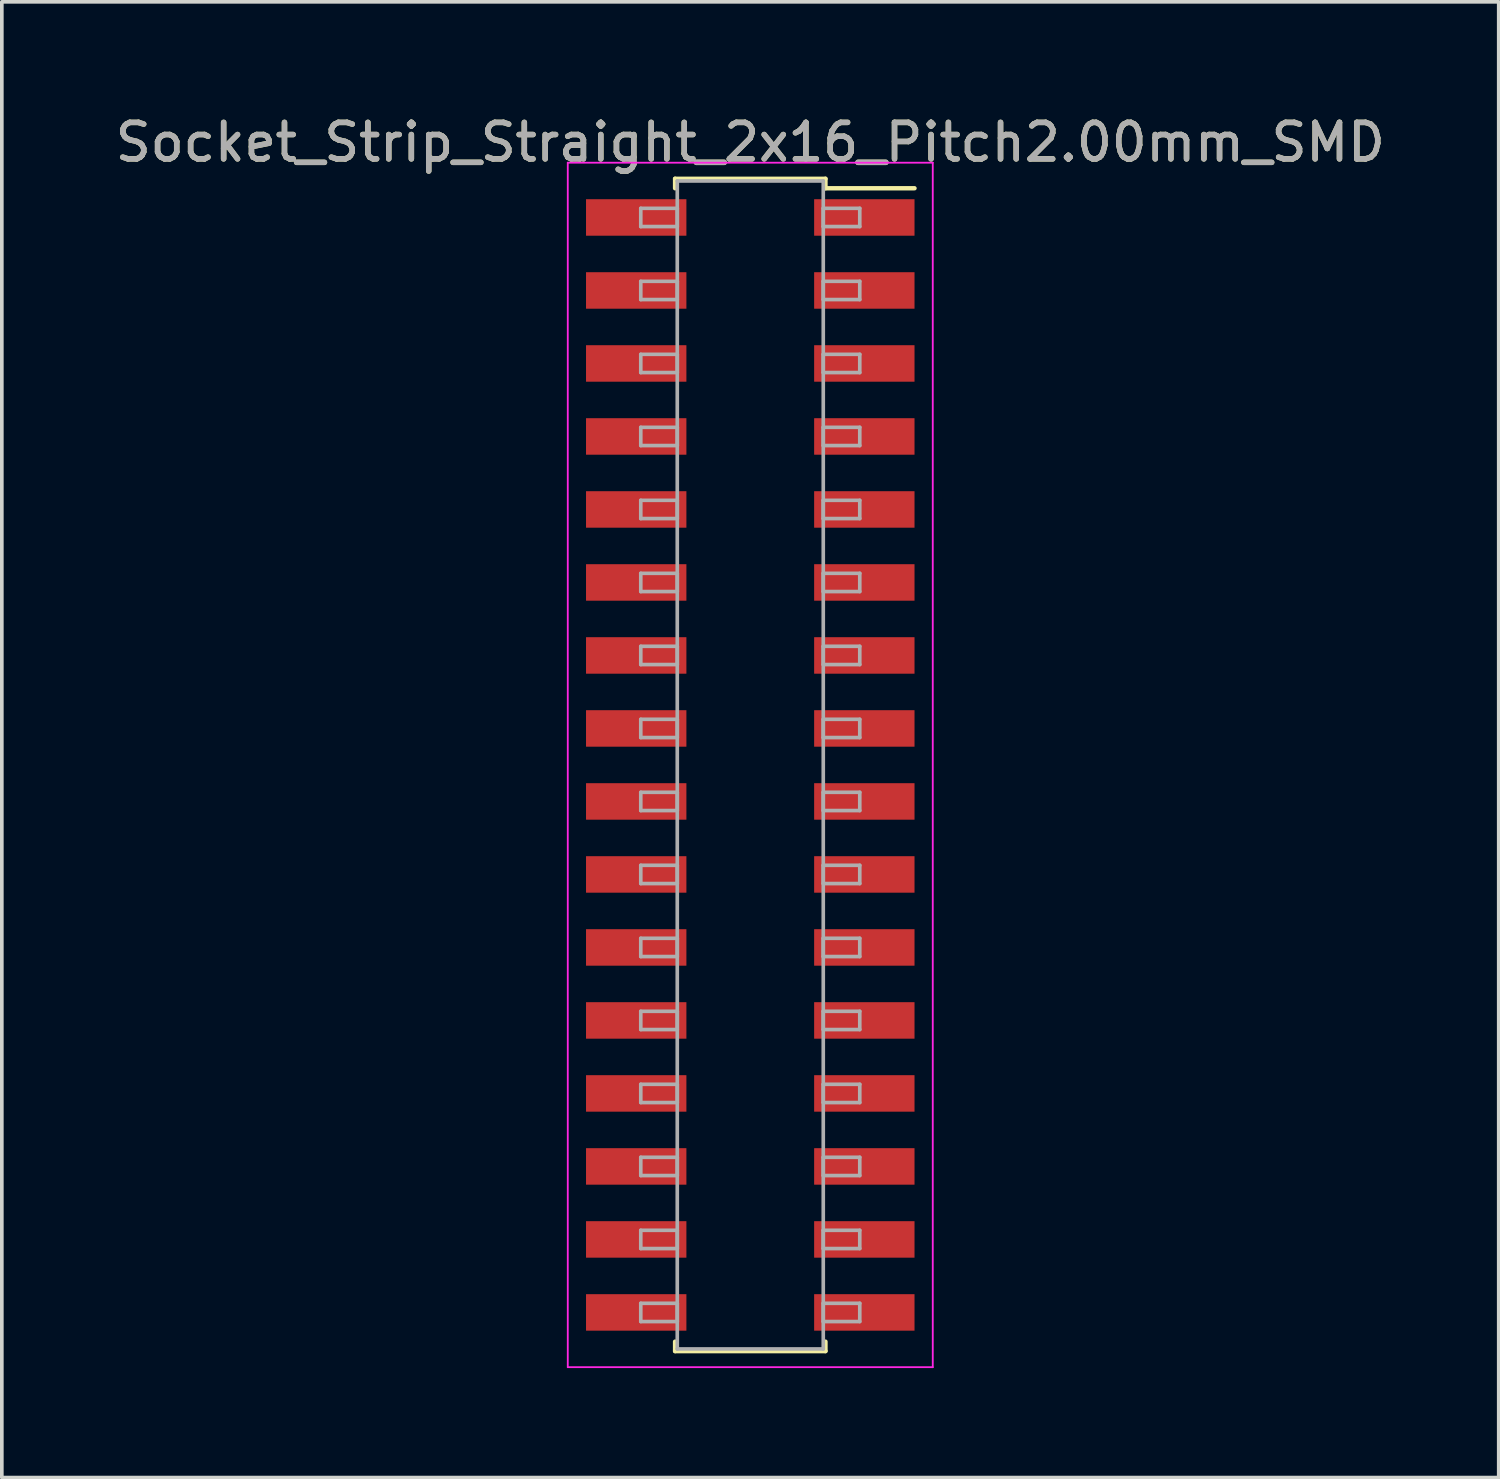
<source format=kicad_pcb>
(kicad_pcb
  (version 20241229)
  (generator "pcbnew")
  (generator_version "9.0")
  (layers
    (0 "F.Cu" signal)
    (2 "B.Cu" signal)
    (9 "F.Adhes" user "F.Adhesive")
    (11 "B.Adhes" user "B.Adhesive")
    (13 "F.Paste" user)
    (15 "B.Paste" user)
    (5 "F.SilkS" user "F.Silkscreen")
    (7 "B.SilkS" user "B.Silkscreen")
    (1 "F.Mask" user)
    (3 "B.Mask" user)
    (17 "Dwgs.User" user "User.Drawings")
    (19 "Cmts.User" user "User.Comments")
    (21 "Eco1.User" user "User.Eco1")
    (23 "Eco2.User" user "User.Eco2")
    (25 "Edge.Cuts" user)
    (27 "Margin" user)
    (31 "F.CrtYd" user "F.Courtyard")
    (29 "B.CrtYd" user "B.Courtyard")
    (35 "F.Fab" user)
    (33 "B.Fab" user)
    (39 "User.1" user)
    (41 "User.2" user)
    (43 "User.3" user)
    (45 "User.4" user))
  (footprint "Socket_Strip_Straight_2x16_Pitch2.00mm_SMD"
    (layer "F.Cu")
    (at 17.506 17.908)
    (property "Reference" "Socket_Strip_Straight_2x16_Pitch2.00mm_SMD" (at 0 -17.06 0) (layer "F.SilkS") (effects (font (size 1 1) (thickness 0.15))))
    (attr smd)
    (fp_line (start -2.06 -16.06) (end 2.06 -16.06) (stroke (width 0.12) (type solid)) (layer "F.SilkS"))
    (fp_line (start -2.06 -15.8) (end -2.06 -16.06) (stroke (width 0.12) (type solid)) (layer "F.SilkS"))
    (fp_line (start -2.06 15.8) (end -2.06 16.06) (stroke (width 0.12) (type solid)) (layer "F.SilkS"))
    (fp_line (start -2.06 16.06) (end 2.06 16.06) (stroke (width 0.12) (type solid)) (layer "F.SilkS"))
    (fp_line (start 2.06 -16.06) (end 2.06 -15.8) (stroke (width 0.12) (type solid)) (layer "F.SilkS"))
    (fp_line (start 2.06 16.06) (end 2.06 15.8) (stroke (width 0.12) (type solid)) (layer "F.SilkS"))
    (fp_line (start 4.5 -15.8) (end 2.06 -15.8) (stroke (width 0.12) (type solid)) (layer "F.SilkS"))
    (fp_line (start -5 -16.5) (end -5 16.5) (stroke (width 0.05) (type solid)) (layer "F.CrtYd"))
    (fp_line (start -5 16.5) (end 5 16.5) (stroke (width 0.05) (type solid)) (layer "F.CrtYd"))
    (fp_line (start 5 -16.5) (end -5 -16.5) (stroke (width 0.05) (type solid)) (layer "F.CrtYd"))
    (fp_line (start 5 16.5) (end 5 -16.5) (stroke (width 0.05) (type solid)) (layer "F.CrtYd"))
    (fp_line (start -3 -15.25) (end -2 -15.25) (stroke (width 0.1) (type solid)) (layer "F.Fab"))
    (fp_line (start -3 -14.75) (end -3 -15.25) (stroke (width 0.1) (type solid)) (layer "F.Fab"))
    (fp_line (start -3 -13.25) (end -2 -13.25) (stroke (width 0.1) (type solid)) (layer "F.Fab"))
    (fp_line (start -3 -12.75) (end -3 -13.25) (stroke (width 0.1) (type solid)) (layer "F.Fab"))
    (fp_line (start -3 -11.25) (end -2 -11.25) (stroke (width 0.1) (type solid)) (layer "F.Fab"))
    (fp_line (start -3 -10.75) (end -3 -11.25) (stroke (width 0.1) (type solid)) (layer "F.Fab"))
    (fp_line (start -3 -9.25) (end -2 -9.25) (stroke (width 0.1) (type solid)) (layer "F.Fab"))
    (fp_line (start -3 -8.75) (end -3 -9.25) (stroke (width 0.1) (type solid)) (layer "F.Fab"))
    (fp_line (start -3 -7.25) (end -2 -7.25) (stroke (width 0.1) (type solid)) (layer "F.Fab"))
    (fp_line (start -3 -6.75) (end -3 -7.25) (stroke (width 0.1) (type solid)) (layer "F.Fab"))
    (fp_line (start -3 -5.25) (end -2 -5.25) (stroke (width 0.1) (type solid)) (layer "F.Fab"))
    (fp_line (start -3 -4.75) (end -3 -5.25) (stroke (width 0.1) (type solid)) (layer "F.Fab"))
    (fp_line (start -3 -3.25) (end -2 -3.25) (stroke (width 0.1) (type solid)) (layer "F.Fab"))
    (fp_line (start -3 -2.75) (end -3 -3.25) (stroke (width 0.1) (type solid)) (layer "F.Fab"))
    (fp_line (start -3 -1.25) (end -2 -1.25) (stroke (width 0.1) (type solid)) (layer "F.Fab"))
    (fp_line (start -3 -0.75) (end -3 -1.25) (stroke (width 0.1) (type solid)) (layer "F.Fab"))
    (fp_line (start -3 0.75) (end -2 0.75) (stroke (width 0.1) (type solid)) (layer "F.Fab"))
    (fp_line (start -3 1.25) (end -3 0.75) (stroke (width 0.1) (type solid)) (layer "F.Fab"))
    (fp_line (start -3 2.75) (end -2 2.75) (stroke (width 0.1) (type solid)) (layer "F.Fab"))
    (fp_line (start -3 3.25) (end -3 2.75) (stroke (width 0.1) (type solid)) (layer "F.Fab"))
    (fp_line (start -3 4.75) (end -2 4.75) (stroke (width 0.1) (type solid)) (layer "F.Fab"))
    (fp_line (start -3 5.25) (end -3 4.75) (stroke (width 0.1) (type solid)) (layer "F.Fab"))
    (fp_line (start -3 6.75) (end -2 6.75) (stroke (width 0.1) (type solid)) (layer "F.Fab"))
    (fp_line (start -3 7.25) (end -3 6.75) (stroke (width 0.1) (type solid)) (layer "F.Fab"))
    (fp_line (start -3 8.75) (end -2 8.75) (stroke (width 0.1) (type solid)) (layer "F.Fab"))
    (fp_line (start -3 9.25) (end -3 8.75) (stroke (width 0.1) (type solid)) (layer "F.Fab"))
    (fp_line (start -3 10.75) (end -2 10.75) (stroke (width 0.1) (type solid)) (layer "F.Fab"))
    (fp_line (start -3 11.25) (end -3 10.75) (stroke (width 0.1) (type solid)) (layer "F.Fab"))
    (fp_line (start -3 12.75) (end -2 12.75) (stroke (width 0.1) (type solid)) (layer "F.Fab"))
    (fp_line (start -3 13.25) (end -3 12.75) (stroke (width 0.1) (type solid)) (layer "F.Fab"))
    (fp_line (start -3 14.75) (end -2 14.75) (stroke (width 0.1) (type solid)) (layer "F.Fab"))
    (fp_line (start -3 15.25) (end -3 14.75) (stroke (width 0.1) (type solid)) (layer "F.Fab"))
    (fp_line (start -2 -16) (end -2 16) (stroke (width 0.1) (type solid)) (layer "F.Fab"))
    (fp_line (start -2 -15.25) (end -2 -14.75) (stroke (width 0.1) (type solid)) (layer "F.Fab"))
    (fp_line (start -2 -14.75) (end -3 -14.75) (stroke (width 0.1) (type solid)) (layer "F.Fab"))
    (fp_line (start -2 -13.25) (end -2 -12.75) (stroke (width 0.1) (type solid)) (layer "F.Fab"))
    (fp_line (start -2 -12.75) (end -3 -12.75) (stroke (width 0.1) (type solid)) (layer "F.Fab"))
    (fp_line (start -2 -11.25) (end -2 -10.75) (stroke (width 0.1) (type solid)) (layer "F.Fab"))
    (fp_line (start -2 -10.75) (end -3 -10.75) (stroke (width 0.1) (type solid)) (layer "F.Fab"))
    (fp_line (start -2 -9.25) (end -2 -8.75) (stroke (width 0.1) (type solid)) (layer "F.Fab"))
    (fp_line (start -2 -8.75) (end -3 -8.75) (stroke (width 0.1) (type solid)) (layer "F.Fab"))
    (fp_line (start -2 -7.25) (end -2 -6.75) (stroke (width 0.1) (type solid)) (layer "F.Fab"))
    (fp_line (start -2 -6.75) (end -3 -6.75) (stroke (width 0.1) (type solid)) (layer "F.Fab"))
    (fp_line (start -2 -5.25) (end -2 -4.75) (stroke (width 0.1) (type solid)) (layer "F.Fab"))
    (fp_line (start -2 -4.75) (end -3 -4.75) (stroke (width 0.1) (type solid)) (layer "F.Fab"))
    (fp_line (start -2 -3.25) (end -2 -2.75) (stroke (width 0.1) (type solid)) (layer "F.Fab"))
    (fp_line (start -2 -2.75) (end -3 -2.75) (stroke (width 0.1) (type solid)) (layer "F.Fab"))
    (fp_line (start -2 -1.25) (end -2 -0.75) (stroke (width 0.1) (type solid)) (layer "F.Fab"))
    (fp_line (start -2 -0.75) (end -3 -0.75) (stroke (width 0.1) (type solid)) (layer "F.Fab"))
    (fp_line (start -2 0.75) (end -2 1.25) (stroke (width 0.1) (type solid)) (layer "F.Fab"))
    (fp_line (start -2 1.25) (end -3 1.25) (stroke (width 0.1) (type solid)) (layer "F.Fab"))
    (fp_line (start -2 2.75) (end -2 3.25) (stroke (width 0.1) (type solid)) (layer "F.Fab"))
    (fp_line (start -2 3.25) (end -3 3.25) (stroke (width 0.1) (type solid)) (layer "F.Fab"))
    (fp_line (start -2 4.75) (end -2 5.25) (stroke (width 0.1) (type solid)) (layer "F.Fab"))
    (fp_line (start -2 5.25) (end -3 5.25) (stroke (width 0.1) (type solid)) (layer "F.Fab"))
    (fp_line (start -2 6.75) (end -2 7.25) (stroke (width 0.1) (type solid)) (layer "F.Fab"))
    (fp_line (start -2 7.25) (end -3 7.25) (stroke (width 0.1) (type solid)) (layer "F.Fab"))
    (fp_line (start -2 8.75) (end -2 9.25) (stroke (width 0.1) (type solid)) (layer "F.Fab"))
    (fp_line (start -2 9.25) (end -3 9.25) (stroke (width 0.1) (type solid)) (layer "F.Fab"))
    (fp_line (start -2 10.75) (end -2 11.25) (stroke (width 0.1) (type solid)) (layer "F.Fab"))
    (fp_line (start -2 11.25) (end -3 11.25) (stroke (width 0.1) (type solid)) (layer "F.Fab"))
    (fp_line (start -2 12.75) (end -2 13.25) (stroke (width 0.1) (type solid)) (layer "F.Fab"))
    (fp_line (start -2 13.25) (end -3 13.25) (stroke (width 0.1) (type solid)) (layer "F.Fab"))
    (fp_line (start -2 14.75) (end -2 15.25) (stroke (width 0.1) (type solid)) (layer "F.Fab"))
    (fp_line (start -2 15.25) (end -3 15.25) (stroke (width 0.1) (type solid)) (layer "F.Fab"))
    (fp_line (start -2 16) (end 2 16) (stroke (width 0.1) (type solid)) (layer "F.Fab"))
    (fp_line (start 2 -16) (end -2 -16) (stroke (width 0.1) (type solid)) (layer "F.Fab"))
    (fp_line (start 2 -15.25) (end 2 -14.75) (stroke (width 0.1) (type solid)) (layer "F.Fab"))
    (fp_line (start 2 -14.75) (end 3 -14.75) (stroke (width 0.1) (type solid)) (layer "F.Fab"))
    (fp_line (start 2 -13.25) (end 2 -12.75) (stroke (width 0.1) (type solid)) (layer "F.Fab"))
    (fp_line (start 2 -12.75) (end 3 -12.75) (stroke (width 0.1) (type solid)) (layer "F.Fab"))
    (fp_line (start 2 -11.25) (end 2 -10.75) (stroke (width 0.1) (type solid)) (layer "F.Fab"))
    (fp_line (start 2 -10.75) (end 3 -10.75) (stroke (width 0.1) (type solid)) (layer "F.Fab"))
    (fp_line (start 2 -9.25) (end 2 -8.75) (stroke (width 0.1) (type solid)) (layer "F.Fab"))
    (fp_line (start 2 -8.75) (end 3 -8.75) (stroke (width 0.1) (type solid)) (layer "F.Fab"))
    (fp_line (start 2 -7.25) (end 2 -6.75) (stroke (width 0.1) (type solid)) (layer "F.Fab"))
    (fp_line (start 2 -6.75) (end 3 -6.75) (stroke (width 0.1) (type solid)) (layer "F.Fab"))
    (fp_line (start 2 -5.25) (end 2 -4.75) (stroke (width 0.1) (type solid)) (layer "F.Fab"))
    (fp_line (start 2 -4.75) (end 3 -4.75) (stroke (width 0.1) (type solid)) (layer "F.Fab"))
    (fp_line (start 2 -3.25) (end 2 -2.75) (stroke (width 0.1) (type solid)) (layer "F.Fab"))
    (fp_line (start 2 -2.75) (end 3 -2.75) (stroke (width 0.1) (type solid)) (layer "F.Fab"))
    (fp_line (start 2 -1.25) (end 2 -0.75) (stroke (width 0.1) (type solid)) (layer "F.Fab"))
    (fp_line (start 2 -0.75) (end 3 -0.75) (stroke (width 0.1) (type solid)) (layer "F.Fab"))
    (fp_line (start 2 0.75) (end 2 1.25) (stroke (width 0.1) (type solid)) (layer "F.Fab"))
    (fp_line (start 2 1.25) (end 3 1.25) (stroke (width 0.1) (type solid)) (layer "F.Fab"))
    (fp_line (start 2 2.75) (end 2 3.25) (stroke (width 0.1) (type solid)) (layer "F.Fab"))
    (fp_line (start 2 3.25) (end 3 3.25) (stroke (width 0.1) (type solid)) (layer "F.Fab"))
    (fp_line (start 2 4.75) (end 2 5.25) (stroke (width 0.1) (type solid)) (layer "F.Fab"))
    (fp_line (start 2 5.25) (end 3 5.25) (stroke (width 0.1) (type solid)) (layer "F.Fab"))
    (fp_line (start 2 6.75) (end 2 7.25) (stroke (width 0.1) (type solid)) (layer "F.Fab"))
    (fp_line (start 2 7.25) (end 3 7.25) (stroke (width 0.1) (type solid)) (layer "F.Fab"))
    (fp_line (start 2 8.75) (end 2 9.25) (stroke (width 0.1) (type solid)) (layer "F.Fab"))
    (fp_line (start 2 9.25) (end 3 9.25) (stroke (width 0.1) (type solid)) (layer "F.Fab"))
    (fp_line (start 2 10.75) (end 2 11.25) (stroke (width 0.1) (type solid)) (layer "F.Fab"))
    (fp_line (start 2 11.25) (end 3 11.25) (stroke (width 0.1) (type solid)) (layer "F.Fab"))
    (fp_line (start 2 12.75) (end 2 13.25) (stroke (width 0.1) (type solid)) (layer "F.Fab"))
    (fp_line (start 2 13.25) (end 3 13.25) (stroke (width 0.1) (type solid)) (layer "F.Fab"))
    (fp_line (start 2 14.75) (end 2 15.25) (stroke (width 0.1) (type solid)) (layer "F.Fab"))
    (fp_line (start 2 15.25) (end 3 15.25) (stroke (width 0.1) (type solid)) (layer "F.Fab"))
    (fp_line (start 2 16) (end 2 -16) (stroke (width 0.1) (type solid)) (layer "F.Fab"))
    (fp_line (start 3 -15.25) (end 2 -15.25) (stroke (width 0.1) (type solid)) (layer "F.Fab"))
    (fp_line (start 3 -14.75) (end 3 -15.25) (stroke (width 0.1) (type solid)) (layer "F.Fab"))
    (fp_line (start 3 -13.25) (end 2 -13.25) (stroke (width 0.1) (type solid)) (layer "F.Fab"))
    (fp_line (start 3 -12.75) (end 3 -13.25) (stroke (width 0.1) (type solid)) (layer "F.Fab"))
    (fp_line (start 3 -11.25) (end 2 -11.25) (stroke (width 0.1) (type solid)) (layer "F.Fab"))
    (fp_line (start 3 -10.75) (end 3 -11.25) (stroke (width 0.1) (type solid)) (layer "F.Fab"))
    (fp_line (start 3 -9.25) (end 2 -9.25) (stroke (width 0.1) (type solid)) (layer "F.Fab"))
    (fp_line (start 3 -8.75) (end 3 -9.25) (stroke (width 0.1) (type solid)) (layer "F.Fab"))
    (fp_line (start 3 -7.25) (end 2 -7.25) (stroke (width 0.1) (type solid)) (layer "F.Fab"))
    (fp_line (start 3 -6.75) (end 3 -7.25) (stroke (width 0.1) (type solid)) (layer "F.Fab"))
    (fp_line (start 3 -5.25) (end 2 -5.25) (stroke (width 0.1) (type solid)) (layer "F.Fab"))
    (fp_line (start 3 -4.75) (end 3 -5.25) (stroke (width 0.1) (type solid)) (layer "F.Fab"))
    (fp_line (start 3 -3.25) (end 2 -3.25) (stroke (width 0.1) (type solid)) (layer "F.Fab"))
    (fp_line (start 3 -2.75) (end 3 -3.25) (stroke (width 0.1) (type solid)) (layer "F.Fab"))
    (fp_line (start 3 -1.25) (end 2 -1.25) (stroke (width 0.1) (type solid)) (layer "F.Fab"))
    (fp_line (start 3 -0.75) (end 3 -1.25) (stroke (width 0.1) (type solid)) (layer "F.Fab"))
    (fp_line (start 3 0.75) (end 2 0.75) (stroke (width 0.1) (type solid)) (layer "F.Fab"))
    (fp_line (start 3 1.25) (end 3 0.75) (stroke (width 0.1) (type solid)) (layer "F.Fab"))
    (fp_line (start 3 2.75) (end 2 2.75) (stroke (width 0.1) (type solid)) (layer "F.Fab"))
    (fp_line (start 3 3.25) (end 3 2.75) (stroke (width 0.1) (type solid)) (layer "F.Fab"))
    (fp_line (start 3 4.75) (end 2 4.75) (stroke (width 0.1) (type solid)) (layer "F.Fab"))
    (fp_line (start 3 5.25) (end 3 4.75) (stroke (width 0.1) (type solid)) (layer "F.Fab"))
    (fp_line (start 3 6.75) (end 2 6.75) (stroke (width 0.1) (type solid)) (layer "F.Fab"))
    (fp_line (start 3 7.25) (end 3 6.75) (stroke (width 0.1) (type solid)) (layer "F.Fab"))
    (fp_line (start 3 8.75) (end 2 8.75) (stroke (width 0.1) (type solid)) (layer "F.Fab"))
    (fp_line (start 3 9.25) (end 3 8.75) (stroke (width 0.1) (type solid)) (layer "F.Fab"))
    (fp_line (start 3 10.75) (end 2 10.75) (stroke (width 0.1) (type solid)) (layer "F.Fab"))
    (fp_line (start 3 11.25) (end 3 10.75) (stroke (width 0.1) (type solid)) (layer "F.Fab"))
    (fp_line (start 3 12.75) (end 2 12.75) (stroke (width 0.1) (type solid)) (layer "F.Fab"))
    (fp_line (start 3 13.25) (end 3 12.75) (stroke (width 0.1) (type solid)) (layer "F.Fab"))
    (fp_line (start 3 14.75) (end 2 14.75) (stroke (width 0.1) (type solid)) (layer "F.Fab"))
    (fp_line (start 3 15.25) (end 3 14.75) (stroke (width 0.1) (type solid)) (layer "F.Fab"))
    (fp_text user "${REFERENCE}" (at 0 -17.06 0) (layer "F.Fab") (effects (font (size 1 1) (thickness 0.15))))
    (pad "1" smd rect (at 3.125 -15) (size 2.75 1) (layers "F.Cu" "F.Mask" "F.Paste"))
    (pad "2" smd rect (at -3.125 -15) (size 2.75 1) (layers "F.Cu" "F.Mask" "F.Paste"))
    (pad "3" smd rect (at 3.125 -13) (size 2.75 1) (layers "F.Cu" "F.Mask" "F.Paste"))
    (pad "4" smd rect (at -3.125 -13) (size 2.75 1) (layers "F.Cu" "F.Mask" "F.Paste"))
    (pad "5" smd rect (at 3.125 -11) (size 2.75 1) (layers "F.Cu" "F.Mask" "F.Paste"))
    (pad "6" smd rect (at -3.125 -11) (size 2.75 1) (layers "F.Cu" "F.Mask" "F.Paste"))
    (pad "7" smd rect (at 3.125 -9) (size 2.75 1) (layers "F.Cu" "F.Mask" "F.Paste"))
    (pad "8" smd rect (at -3.125 -9) (size 2.75 1) (layers "F.Cu" "F.Mask" "F.Paste"))
    (pad "9" smd rect (at 3.125 -7) (size 2.75 1) (layers "F.Cu" "F.Mask" "F.Paste"))
    (pad "10" smd rect (at -3.125 -7) (size 2.75 1) (layers "F.Cu" "F.Mask" "F.Paste"))
    (pad "11" smd rect (at 3.125 -5) (size 2.75 1) (layers "F.Cu" "F.Mask" "F.Paste"))
    (pad "12" smd rect (at -3.125 -5) (size 2.75 1) (layers "F.Cu" "F.Mask" "F.Paste"))
    (pad "13" smd rect (at 3.125 -3) (size 2.75 1) (layers "F.Cu" "F.Mask" "F.Paste"))
    (pad "14" smd rect (at -3.125 -3) (size 2.75 1) (layers "F.Cu" "F.Mask" "F.Paste"))
    (pad "15" smd rect (at 3.125 -1) (size 2.75 1) (layers "F.Cu" "F.Mask" "F.Paste"))
    (pad "16" smd rect (at -3.125 -1) (size 2.75 1) (layers "F.Cu" "F.Mask" "F.Paste"))
    (pad "17" smd rect (at 3.125 1) (size 2.75 1) (layers "F.Cu" "F.Mask" "F.Paste"))
    (pad "18" smd rect (at -3.125 1) (size 2.75 1) (layers "F.Cu" "F.Mask" "F.Paste"))
    (pad "19" smd rect (at 3.125 3) (size 2.75 1) (layers "F.Cu" "F.Mask" "F.Paste"))
    (pad "20" smd rect (at -3.125 3) (size 2.75 1) (layers "F.Cu" "F.Mask" "F.Paste"))
    (pad "21" smd rect (at 3.125 5) (size 2.75 1) (layers "F.Cu" "F.Mask" "F.Paste"))
    (pad "22" smd rect (at -3.125 5) (size 2.75 1) (layers "F.Cu" "F.Mask" "F.Paste"))
    (pad "23" smd rect (at 3.125 7) (size 2.75 1) (layers "F.Cu" "F.Mask" "F.Paste"))
    (pad "24" smd rect (at -3.125 7) (size 2.75 1) (layers "F.Cu" "F.Mask" "F.Paste"))
    (pad "25" smd rect (at 3.125 9) (size 2.75 1) (layers "F.Cu" "F.Mask" "F.Paste"))
    (pad "26" smd rect (at -3.125 9) (size 2.75 1) (layers "F.Cu" "F.Mask" "F.Paste"))
    (pad "27" smd rect (at 3.125 11) (size 2.75 1) (layers "F.Cu" "F.Mask" "F.Paste"))
    (pad "28" smd rect (at -3.125 11) (size 2.75 1) (layers "F.Cu" "F.Mask" "F.Paste"))
    (pad "29" smd rect (at 3.125 13) (size 2.75 1) (layers "F.Cu" "F.Mask" "F.Paste"))
    (pad "30" smd rect (at -3.125 13) (size 2.75 1) (layers "F.Cu" "F.Mask" "F.Paste"))
    (pad "31" smd rect (at 3.125 15) (size 2.75 1) (layers "F.Cu" "F.Mask" "F.Paste"))
    (pad "32" smd rect (at -3.125 15) (size 2.75 1) (layers "F.Cu" "F.Mask" "F.Paste")))
  (gr_rect
    (start -3 -3)
    (end 38.012 37.433)
    (stroke (width 0.1) (type default))
    (fill no)
    (layer "Edge.Cuts")))
</source>
